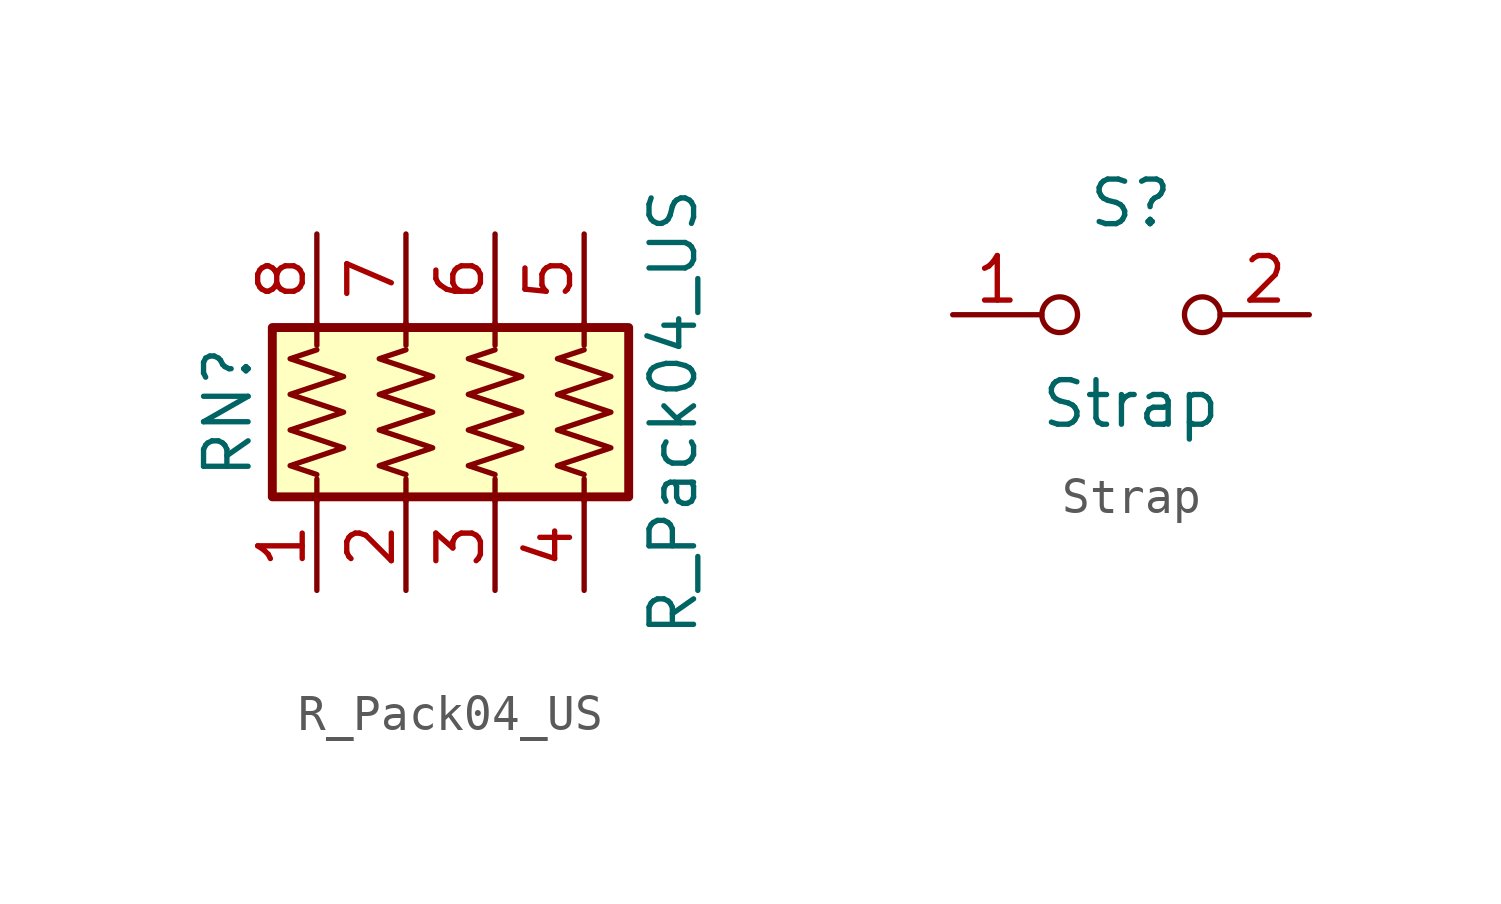
<source format=kicad_sym>
(kicad_symbol_lib
  (version 20220914)
  (generator kicad_symbol_editor)
  (symbol "R_Pack04_US"
    (pin_names
      (offset 0) hide)
    (property "Reference" "RN"
      (at -7.62 0 90)
      (effects (font (size 1.27 1.27))))
    (property "Value" "R_Pack04_US"
      (at 5.08 0 90)
      (effects (font (size 1.27 1.27))))
    (symbol "R_Pack04_US_0_1"
      (rectangle (start -6.35 -2.413) (end 3.81 2.413) (stroke (width 0.254) (type solid)) (fill (type background)))
      (polyline (pts (xy -5.08 -2.54) (xy -5.08 -1.905)) (stroke (width 0) (type solid)) (fill (type none)))
      (polyline (pts (xy -5.08 1.905) (xy -5.08 2.54)) (stroke (width 0) (type solid)) (fill (type none)))
      (polyline (pts (xy -2.54 -2.54) (xy -2.54 -1.905)) (stroke (width 0) (type solid)) (fill (type none)))
      (polyline (pts (xy -2.54 1.905) (xy -2.54 2.54)) (stroke (width 0) (type solid)) (fill (type none)))
      (polyline (pts (xy 0 -2.54) (xy 0 -1.905)) (stroke (width 0) (type solid)) (fill (type none)))
      (polyline (pts (xy 0 1.905) (xy 0 2.54)) (stroke (width 0) (type solid)) (fill (type none)))
      (polyline (pts (xy 2.54 -2.54) (xy 2.54 -1.905)) (stroke (width 0) (type solid)) (fill (type none)))
      (polyline (pts (xy 2.54 1.905) (xy 2.54 2.54)) (stroke (width 0) (type solid)) (fill (type none)))
      (polyline (pts (xy -5.08 -1.778) (xy -5.842 -1.524) (xy -4.318 -1.016) (xy -5.842 -0.508) (xy -4.318 0) (xy -5.842 0.508) (xy -4.318 1.016) (xy -5.842 1.524) (xy -5.08 1.778)) (stroke (width 0) (type solid)) (fill (type none)))
      (polyline (pts (xy -2.54 -1.778) (xy -3.302 -1.524) (xy -1.778 -1.016) (xy -3.302 -0.508) (xy -1.778 0) (xy -3.302 0.508) (xy -1.778 1.016) (xy -3.302 1.524) (xy -2.54 1.778)) (stroke (width 0) (type solid)) (fill (type none))))
    (symbol "R_Pack04_US_1_1"
      (polyline (pts (xy 0 -1.778) (xy -0.762 -1.524) (xy 0.762 -1.016) (xy -0.762 -0.508) (xy 0.762 0) (xy -0.762 0.508) (xy 0.762 1.016) (xy -0.762 1.524) (xy 0 1.778)) (stroke (width 0) (type solid)) (fill (type none)))
      (polyline (pts (xy 2.54 -1.778) (xy 1.778 -1.524) (xy 3.302 -1.016) (xy 1.778 -0.508) (xy 3.302 0) (xy 1.778 0.508) (xy 3.302 1.016) (xy 1.778 1.524) (xy 2.54 1.778)) (stroke (width 0) (type solid)) (fill (type none)))
      (pin passive line (at -5.08 -5.08 90) (length 2.54) (name "R1.1" (effects (font (size 1.27 1.27)))) (number "1" (effects (font (size 1.27 1.27)))))
      (pin passive line (at -2.54 -5.08 90) (length 2.54) (name "R2.1" (effects (font (size 1.27 1.27)))) (number "2" (effects (font (size 1.27 1.27)))))
      (pin passive line (at 0 -5.08 90) (length 2.54) (name "R3.1" (effects (font (size 1.27 1.27)))) (number "3" (effects (font (size 1.27 1.27)))))
      (pin passive line (at 2.54 -5.08 90) (length 2.54) (name "R4.1" (effects (font (size 1.27 1.27)))) (number "4" (effects (font (size 1.27 1.27)))))
      (pin passive line (at 2.54 5.08 270) (length 2.54) (name "R4.2" (effects (font (size 1.27 1.27)))) (number "5" (effects (font (size 1.27 1.27)))))
      (pin passive line (at 0 5.08 270) (length 2.54) (name "R3.2" (effects (font (size 1.27 1.27)))) (number "6" (effects (font (size 1.27 1.27)))))
      (pin passive line (at -2.54 5.08 270) (length 2.54) (name "R2.2" (effects (font (size 1.27 1.27)))) (number "7" (effects (font (size 1.27 1.27)))))
      (pin passive line (at -5.08 5.08 270) (length 2.54) (name "R1.2" (effects (font (size 1.27 1.27)))) (number "8" (effects (font (size 1.27 1.27)))))))
  (symbol "Strap"
    (pin_names
      (offset 0) hide)
    (property "Reference" "S"
      (at 0 3.175 0)
      (effects (font (size 1.27 1.27))))
    (property "Value" "Strap"
      (at 0 -2.54 0)
      (effects (font (size 1.27 1.27))))
    (symbol "Strap_0_0"
      (circle (center -2.032 0) (radius 0.508) (stroke (width 0) (type default)) (fill (type none)))
      (circle (center 2.032 0) (radius 0.508) (stroke (width 0) (type default)) (fill (type none))))
    (symbol "Strap_1_1"
      (pin passive line (at -5.08 0 0) (length 2.54) (name "A" (effects (font (size 1.27 1.27)))) (number "1" (effects (font (size 1.27 1.27)))))
      (pin passive line (at 5.08 0 180) (length 2.54) (name "B" (effects (font (size 1.27 1.27)))) (number "2" (effects (font (size 1.27 1.27))))))))
</source>
